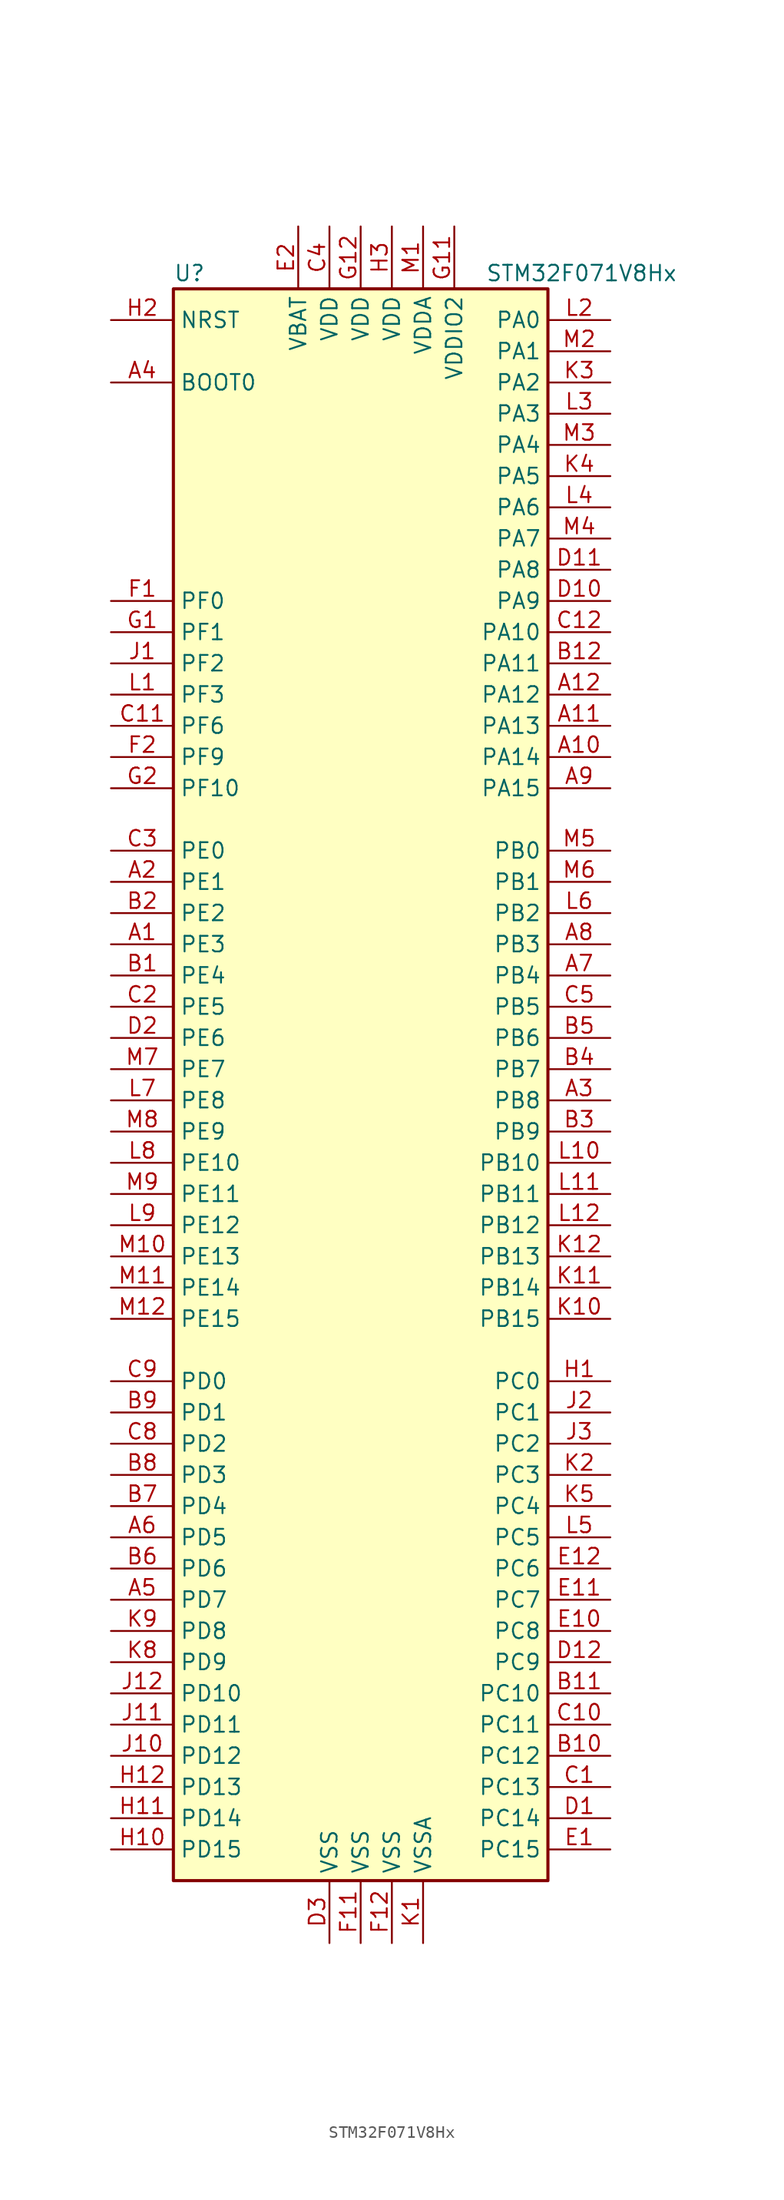
<source format=kicad_sym>
(kicad_symbol_lib
  (version 20201005)
  (generator kicad_symbol_editor)
  (symbol "MCU_ST_STM32F0:STM32F071V8Hx"
    (property "Reference" "U"
      (at -15.24 64.77 0)
      (effects (font (size 1.27 1.27)) (justify left)))
    (property "Value" "STM32F071V8Hx"
      (at 10.16 64.77 0)
      (effects (font (size 1.27 1.27)) (justify left)))
    (symbol "STM32F071V8Hx_0_1"
      (rectangle (start -15.24 -66.04) (end 15.24 63.5) (stroke (width 0.254)) (fill (type background))))
    (symbol "STM32F071V8Hx_1_1"
      (pin bidirectional line (at -20.32 10.16 0) (length 5.08) (name "PE3" (effects (font (size 1.27 1.27)))) (number "A1" (effects (font (size 1.27 1.27)))))
      (pin bidirectional line (at 20.32 25.4 180) (length 5.08) (name "PA14" (effects (font (size 1.27 1.27)))) (number "A10" (effects (font (size 1.27 1.27)))))
      (pin bidirectional line (at 20.32 27.94 180) (length 5.08) (name "PA13" (effects (font (size 1.27 1.27)))) (number "A11" (effects (font (size 1.27 1.27)))))
      (pin bidirectional line (at 20.32 30.48 180) (length 5.08) (name "PA12" (effects (font (size 1.27 1.27)))) (number "A12" (effects (font (size 1.27 1.27)))))
      (pin bidirectional line (at -20.32 15.24 0) (length 5.08) (name "PE1" (effects (font (size 1.27 1.27)))) (number "A2" (effects (font (size 1.27 1.27)))))
      (pin bidirectional line (at 20.32 -2.54 180) (length 5.08) (name "PB8" (effects (font (size 1.27 1.27)))) (number "A3" (effects (font (size 1.27 1.27)))))
      (pin input line (at -20.32 55.88 0) (length 5.08) (name "BOOT0" (effects (font (size 1.27 1.27)))) (number "A4" (effects (font (size 1.27 1.27)))))
      (pin bidirectional line (at -20.32 -43.18 0) (length 5.08) (name "PD7" (effects (font (size 1.27 1.27)))) (number "A5" (effects (font (size 1.27 1.27)))))
      (pin bidirectional line (at -20.32 -38.1 0) (length 5.08) (name "PD5" (effects (font (size 1.27 1.27)))) (number "A6" (effects (font (size 1.27 1.27)))))
      (pin bidirectional line (at 20.32 7.62 180) (length 5.08) (name "PB4" (effects (font (size 1.27 1.27)))) (number "A7" (effects (font (size 1.27 1.27)))))
      (pin bidirectional line (at 20.32 10.16 180) (length 5.08) (name "PB3" (effects (font (size 1.27 1.27)))) (number "A8" (effects (font (size 1.27 1.27)))))
      (pin bidirectional line (at 20.32 22.86 180) (length 5.08) (name "PA15" (effects (font (size 1.27 1.27)))) (number "A9" (effects (font (size 1.27 1.27)))))
      (pin bidirectional line (at -20.32 7.62 0) (length 5.08) (name "PE4" (effects (font (size 1.27 1.27)))) (number "B1" (effects (font (size 1.27 1.27)))))
      (pin bidirectional line (at 20.32 -55.88 180) (length 5.08) (name "PC12" (effects (font (size 1.27 1.27)))) (number "B10" (effects (font (size 1.27 1.27)))))
      (pin bidirectional line (at 20.32 -50.8 180) (length 5.08) (name "PC10" (effects (font (size 1.27 1.27)))) (number "B11" (effects (font (size 1.27 1.27)))))
      (pin bidirectional line (at 20.32 33.02 180) (length 5.08) (name "PA11" (effects (font (size 1.27 1.27)))) (number "B12" (effects (font (size 1.27 1.27)))))
      (pin bidirectional line (at -20.32 12.7 0) (length 5.08) (name "PE2" (effects (font (size 1.27 1.27)))) (number "B2" (effects (font (size 1.27 1.27)))))
      (pin bidirectional line (at 20.32 -5.08 180) (length 5.08) (name "PB9" (effects (font (size 1.27 1.27)))) (number "B3" (effects (font (size 1.27 1.27)))))
      (pin bidirectional line (at 20.32 0 180) (length 5.08) (name "PB7" (effects (font (size 1.27 1.27)))) (number "B4" (effects (font (size 1.27 1.27)))))
      (pin bidirectional line (at 20.32 2.54 180) (length 5.08) (name "PB6" (effects (font (size 1.27 1.27)))) (number "B5" (effects (font (size 1.27 1.27)))))
      (pin bidirectional line (at -20.32 -40.64 0) (length 5.08) (name "PD6" (effects (font (size 1.27 1.27)))) (number "B6" (effects (font (size 1.27 1.27)))))
      (pin bidirectional line (at -20.32 -35.56 0) (length 5.08) (name "PD4" (effects (font (size 1.27 1.27)))) (number "B7" (effects (font (size 1.27 1.27)))))
      (pin bidirectional line (at -20.32 -33.02 0) (length 5.08) (name "PD3" (effects (font (size 1.27 1.27)))) (number "B8" (effects (font (size 1.27 1.27)))))
      (pin bidirectional line (at -20.32 -27.94 0) (length 5.08) (name "PD1" (effects (font (size 1.27 1.27)))) (number "B9" (effects (font (size 1.27 1.27)))))
      (pin bidirectional line (at 20.32 -58.42 180) (length 5.08) (name "PC13" (effects (font (size 1.27 1.27)))) (number "C1" (effects (font (size 1.27 1.27)))))
      (pin bidirectional line (at 20.32 -53.34 180) (length 5.08) (name "PC11" (effects (font (size 1.27 1.27)))) (number "C10" (effects (font (size 1.27 1.27)))))
      (pin bidirectional line (at -20.32 27.94 0) (length 5.08) (name "PF6" (effects (font (size 1.27 1.27)))) (number "C11" (effects (font (size 1.27 1.27)))))
      (pin bidirectional line (at 20.32 35.56 180) (length 5.08) (name "PA10" (effects (font (size 1.27 1.27)))) (number "C12" (effects (font (size 1.27 1.27)))))
      (pin bidirectional line (at -20.32 5.08 0) (length 5.08) (name "PE5" (effects (font (size 1.27 1.27)))) (number "C2" (effects (font (size 1.27 1.27)))))
      (pin bidirectional line (at -20.32 17.78 0) (length 5.08) (name "PE0" (effects (font (size 1.27 1.27)))) (number "C3" (effects (font (size 1.27 1.27)))))
      (pin power_in line (at -2.54 68.58 270) (length 5.08) (name "VDD" (effects (font (size 1.27 1.27)))) (number "C4" (effects (font (size 1.27 1.27)))))
      (pin bidirectional line (at 20.32 5.08 180) (length 5.08) (name "PB5" (effects (font (size 1.27 1.27)))) (number "C5" (effects (font (size 1.27 1.27)))))
      (pin bidirectional line (at -20.32 -30.48 0) (length 5.08) (name "PD2" (effects (font (size 1.27 1.27)))) (number "C8" (effects (font (size 1.27 1.27)))))
      (pin bidirectional line (at -20.32 -25.4 0) (length 5.08) (name "PD0" (effects (font (size 1.27 1.27)))) (number "C9" (effects (font (size 1.27 1.27)))))
      (pin bidirectional line (at 20.32 -60.96 180) (length 5.08) (name "PC14" (effects (font (size 1.27 1.27)))) (number "D1" (effects (font (size 1.27 1.27)))))
      (pin bidirectional line (at 20.32 38.1 180) (length 5.08) (name "PA9" (effects (font (size 1.27 1.27)))) (number "D10" (effects (font (size 1.27 1.27)))))
      (pin bidirectional line (at 20.32 40.64 180) (length 5.08) (name "PA8" (effects (font (size 1.27 1.27)))) (number "D11" (effects (font (size 1.27 1.27)))))
      (pin bidirectional line (at 20.32 -48.26 180) (length 5.08) (name "PC9" (effects (font (size 1.27 1.27)))) (number "D12" (effects (font (size 1.27 1.27)))))
      (pin bidirectional line (at -20.32 2.54 0) (length 5.08) (name "PE6" (effects (font (size 1.27 1.27)))) (number "D2" (effects (font (size 1.27 1.27)))))
      (pin power_in line (at -2.54 -71.12 90) (length 5.08) (name "VSS" (effects (font (size 1.27 1.27)))) (number "D3" (effects (font (size 1.27 1.27)))))
      (pin bidirectional line (at 20.32 -63.5 180) (length 5.08) (name "PC15" (effects (font (size 1.27 1.27)))) (number "E1" (effects (font (size 1.27 1.27)))))
      (pin bidirectional line (at 20.32 -45.72 180) (length 5.08) (name "PC8" (effects (font (size 1.27 1.27)))) (number "E10" (effects (font (size 1.27 1.27)))))
      (pin bidirectional line (at 20.32 -43.18 180) (length 5.08) (name "PC7" (effects (font (size 1.27 1.27)))) (number "E11" (effects (font (size 1.27 1.27)))))
      (pin bidirectional line (at 20.32 -40.64 180) (length 5.08) (name "PC6" (effects (font (size 1.27 1.27)))) (number "E12" (effects (font (size 1.27 1.27)))))
      (pin power_in line (at -5.08 68.58 270) (length 5.08) (name "VBAT" (effects (font (size 1.27 1.27)))) (number "E2" (effects (font (size 1.27 1.27)))))
      (pin no_connect line (at -15.24 -63.5 0) (length 5.08) hide (name "NC" (effects (font (size 1.27 1.27)))) (number "E3" (effects (font (size 1.27 1.27)))))
      (pin input line (at -20.32 38.1 0) (length 5.08) (name "PF0" (effects (font (size 1.27 1.27)))) (number "F1" (effects (font (size 1.27 1.27)))))
      (pin power_in line (at 0 -71.12 90) (length 5.08) (name "VSS" (effects (font (size 1.27 1.27)))) (number "F11" (effects (font (size 1.27 1.27)))))
      (pin power_in line (at 2.54 -71.12 90) (length 5.08) (name "VSS" (effects (font (size 1.27 1.27)))) (number "F12" (effects (font (size 1.27 1.27)))))
      (pin bidirectional line (at -20.32 25.4 0) (length 5.08) (name "PF9" (effects (font (size 1.27 1.27)))) (number "F2" (effects (font (size 1.27 1.27)))))
      (pin input line (at -20.32 35.56 0) (length 5.08) (name "PF1" (effects (font (size 1.27 1.27)))) (number "G1" (effects (font (size 1.27 1.27)))))
      (pin power_in line (at 7.62 68.58 270) (length 5.08) (name "VDDIO2" (effects (font (size 1.27 1.27)))) (number "G11" (effects (font (size 1.27 1.27)))))
      (pin power_in line (at 0 68.58 270) (length 5.08) (name "VDD" (effects (font (size 1.27 1.27)))) (number "G12" (effects (font (size 1.27 1.27)))))
      (pin bidirectional line (at -20.32 22.86 0) (length 5.08) (name "PF10" (effects (font (size 1.27 1.27)))) (number "G2" (effects (font (size 1.27 1.27)))))
      (pin bidirectional line (at 20.32 -25.4 180) (length 5.08) (name "PC0" (effects (font (size 1.27 1.27)))) (number "H1" (effects (font (size 1.27 1.27)))))
      (pin bidirectional line (at -20.32 -63.5 0) (length 5.08) (name "PD15" (effects (font (size 1.27 1.27)))) (number "H10" (effects (font (size 1.27 1.27)))))
      (pin bidirectional line (at -20.32 -60.96 0) (length 5.08) (name "PD14" (effects (font (size 1.27 1.27)))) (number "H11" (effects (font (size 1.27 1.27)))))
      (pin bidirectional line (at -20.32 -58.42 0) (length 5.08) (name "PD13" (effects (font (size 1.27 1.27)))) (number "H12" (effects (font (size 1.27 1.27)))))
      (pin input line (at -20.32 60.96 0) (length 5.08) (name "NRST" (effects (font (size 1.27 1.27)))) (number "H2" (effects (font (size 1.27 1.27)))))
      (pin power_in line (at 2.54 68.58 270) (length 5.08) (name "VDD" (effects (font (size 1.27 1.27)))) (number "H3" (effects (font (size 1.27 1.27)))))
      (pin bidirectional line (at -20.32 33.02 0) (length 5.08) (name "PF2" (effects (font (size 1.27 1.27)))) (number "J1" (effects (font (size 1.27 1.27)))))
      (pin bidirectional line (at -20.32 -55.88 0) (length 5.08) (name "PD12" (effects (font (size 1.27 1.27)))) (number "J10" (effects (font (size 1.27 1.27)))))
      (pin bidirectional line (at -20.32 -53.34 0) (length 5.08) (name "PD11" (effects (font (size 1.27 1.27)))) (number "J11" (effects (font (size 1.27 1.27)))))
      (pin bidirectional line (at -20.32 -50.8 0) (length 5.08) (name "PD10" (effects (font (size 1.27 1.27)))) (number "J12" (effects (font (size 1.27 1.27)))))
      (pin bidirectional line (at 20.32 -27.94 180) (length 5.08) (name "PC1" (effects (font (size 1.27 1.27)))) (number "J2" (effects (font (size 1.27 1.27)))))
      (pin bidirectional line (at 20.32 -30.48 180) (length 5.08) (name "PC2" (effects (font (size 1.27 1.27)))) (number "J3" (effects (font (size 1.27 1.27)))))
      (pin power_in line (at 5.08 -71.12 90) (length 5.08) (name "VSSA" (effects (font (size 1.27 1.27)))) (number "K1" (effects (font (size 1.27 1.27)))))
      (pin bidirectional line (at 20.32 -20.32 180) (length 5.08) (name "PB15" (effects (font (size 1.27 1.27)))) (number "K10" (effects (font (size 1.27 1.27)))))
      (pin bidirectional line (at 20.32 -17.78 180) (length 5.08) (name "PB14" (effects (font (size 1.27 1.27)))) (number "K11" (effects (font (size 1.27 1.27)))))
      (pin bidirectional line (at 20.32 -15.24 180) (length 5.08) (name "PB13" (effects (font (size 1.27 1.27)))) (number "K12" (effects (font (size 1.27 1.27)))))
      (pin bidirectional line (at 20.32 -33.02 180) (length 5.08) (name "PC3" (effects (font (size 1.27 1.27)))) (number "K2" (effects (font (size 1.27 1.27)))))
      (pin bidirectional line (at 20.32 55.88 180) (length 5.08) (name "PA2" (effects (font (size 1.27 1.27)))) (number "K3" (effects (font (size 1.27 1.27)))))
      (pin bidirectional line (at 20.32 48.26 180) (length 5.08) (name "PA5" (effects (font (size 1.27 1.27)))) (number "K4" (effects (font (size 1.27 1.27)))))
      (pin bidirectional line (at 20.32 -35.56 180) (length 5.08) (name "PC4" (effects (font (size 1.27 1.27)))) (number "K5" (effects (font (size 1.27 1.27)))))
      (pin bidirectional line (at -20.32 -48.26 0) (length 5.08) (name "PD9" (effects (font (size 1.27 1.27)))) (number "K8" (effects (font (size 1.27 1.27)))))
      (pin bidirectional line (at -20.32 -45.72 0) (length 5.08) (name "PD8" (effects (font (size 1.27 1.27)))) (number "K9" (effects (font (size 1.27 1.27)))))
      (pin bidirectional line (at -20.32 30.48 0) (length 5.08) (name "PF3" (effects (font (size 1.27 1.27)))) (number "L1" (effects (font (size 1.27 1.27)))))
      (pin bidirectional line (at 20.32 -7.62 180) (length 5.08) (name "PB10" (effects (font (size 1.27 1.27)))) (number "L10" (effects (font (size 1.27 1.27)))))
      (pin bidirectional line (at 20.32 -10.16 180) (length 5.08) (name "PB11" (effects (font (size 1.27 1.27)))) (number "L11" (effects (font (size 1.27 1.27)))))
      (pin bidirectional line (at 20.32 -12.7 180) (length 5.08) (name "PB12" (effects (font (size 1.27 1.27)))) (number "L12" (effects (font (size 1.27 1.27)))))
      (pin bidirectional line (at 20.32 60.96 180) (length 5.08) (name "PA0" (effects (font (size 1.27 1.27)))) (number "L2" (effects (font (size 1.27 1.27)))))
      (pin bidirectional line (at 20.32 53.34 180) (length 5.08) (name "PA3" (effects (font (size 1.27 1.27)))) (number "L3" (effects (font (size 1.27 1.27)))))
      (pin bidirectional line (at 20.32 45.72 180) (length 5.08) (name "PA6" (effects (font (size 1.27 1.27)))) (number "L4" (effects (font (size 1.27 1.27)))))
      (pin bidirectional line (at 20.32 -38.1 180) (length 5.08) (name "PC5" (effects (font (size 1.27 1.27)))) (number "L5" (effects (font (size 1.27 1.27)))))
      (pin bidirectional line (at 20.32 12.7 180) (length 5.08) (name "PB2" (effects (font (size 1.27 1.27)))) (number "L6" (effects (font (size 1.27 1.27)))))
      (pin bidirectional line (at -20.32 -2.54 0) (length 5.08) (name "PE8" (effects (font (size 1.27 1.27)))) (number "L7" (effects (font (size 1.27 1.27)))))
      (pin bidirectional line (at -20.32 -7.62 0) (length 5.08) (name "PE10" (effects (font (size 1.27 1.27)))) (number "L8" (effects (font (size 1.27 1.27)))))
      (pin bidirectional line (at -20.32 -12.7 0) (length 5.08) (name "PE12" (effects (font (size 1.27 1.27)))) (number "L9" (effects (font (size 1.27 1.27)))))
      (pin power_in line (at 5.08 68.58 270) (length 5.08) (name "VDDA" (effects (font (size 1.27 1.27)))) (number "M1" (effects (font (size 1.27 1.27)))))
      (pin bidirectional line (at -20.32 -15.24 0) (length 5.08) (name "PE13" (effects (font (size 1.27 1.27)))) (number "M10" (effects (font (size 1.27 1.27)))))
      (pin bidirectional line (at -20.32 -17.78 0) (length 5.08) (name "PE14" (effects (font (size 1.27 1.27)))) (number "M11" (effects (font (size 1.27 1.27)))))
      (pin bidirectional line (at -20.32 -20.32 0) (length 5.08) (name "PE15" (effects (font (size 1.27 1.27)))) (number "M12" (effects (font (size 1.27 1.27)))))
      (pin bidirectional line (at 20.32 58.42 180) (length 5.08) (name "PA1" (effects (font (size 1.27 1.27)))) (number "M2" (effects (font (size 1.27 1.27)))))
      (pin bidirectional line (at 20.32 50.8 180) (length 5.08) (name "PA4" (effects (font (size 1.27 1.27)))) (number "M3" (effects (font (size 1.27 1.27)))))
      (pin bidirectional line (at 20.32 43.18 180) (length 5.08) (name "PA7" (effects (font (size 1.27 1.27)))) (number "M4" (effects (font (size 1.27 1.27)))))
      (pin bidirectional line (at 20.32 17.78 180) (length 5.08) (name "PB0" (effects (font (size 1.27 1.27)))) (number "M5" (effects (font (size 1.27 1.27)))))
      (pin bidirectional line (at 20.32 15.24 180) (length 5.08) (name "PB1" (effects (font (size 1.27 1.27)))) (number "M6" (effects (font (size 1.27 1.27)))))
      (pin bidirectional line (at -20.32 0 0) (length 5.08) (name "PE7" (effects (font (size 1.27 1.27)))) (number "M7" (effects (font (size 1.27 1.27)))))
      (pin bidirectional line (at -20.32 -5.08 0) (length 5.08) (name "PE9" (effects (font (size 1.27 1.27)))) (number "M8" (effects (font (size 1.27 1.27)))))
      (pin bidirectional line (at -20.32 -10.16 0) (length 5.08) (name "PE11" (effects (font (size 1.27 1.27)))) (number "M9" (effects (font (size 1.27 1.27))))))))
</source>
